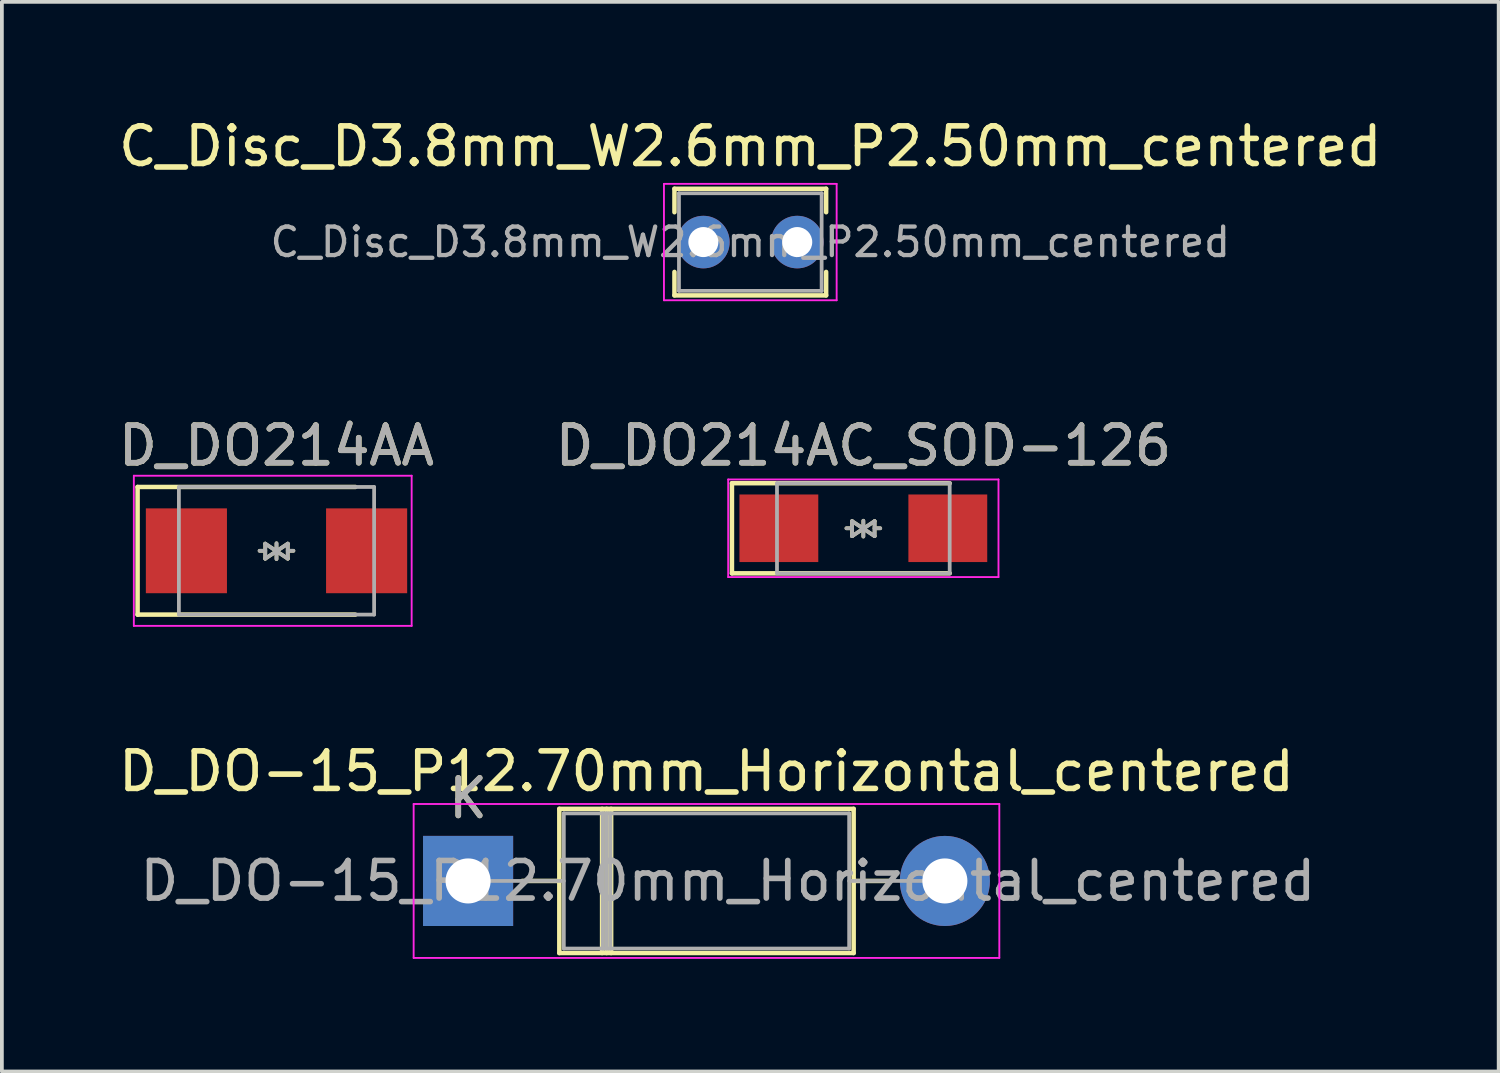
<source format=kicad_pcb>
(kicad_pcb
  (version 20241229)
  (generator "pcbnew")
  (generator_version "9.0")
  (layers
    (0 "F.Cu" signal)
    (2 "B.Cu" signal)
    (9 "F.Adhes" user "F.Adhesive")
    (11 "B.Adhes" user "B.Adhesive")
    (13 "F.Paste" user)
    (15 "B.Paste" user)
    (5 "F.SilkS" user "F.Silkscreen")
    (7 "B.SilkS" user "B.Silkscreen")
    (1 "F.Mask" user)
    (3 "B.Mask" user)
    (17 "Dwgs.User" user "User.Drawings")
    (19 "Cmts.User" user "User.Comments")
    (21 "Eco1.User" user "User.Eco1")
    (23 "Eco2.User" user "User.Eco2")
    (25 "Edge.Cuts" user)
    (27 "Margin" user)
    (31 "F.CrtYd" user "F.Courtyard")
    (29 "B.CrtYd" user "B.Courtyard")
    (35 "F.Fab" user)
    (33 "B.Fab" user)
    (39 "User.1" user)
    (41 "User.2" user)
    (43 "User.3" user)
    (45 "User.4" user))
  (footprint "D_DO214AA"
    (layer "F.Cu")
    (at 4.315 11.621)
    (property "Reference" "D_DO214AA" (at 0 -2.8 0) (layer "F.SilkS") (effects (font (size 1 1) (thickness 0.15))))
    (attr smd)
    (fp_line (start -3.7 -1.7) (end -3.7 1.7) (stroke (width 0.12) (type solid)) (layer "F.SilkS"))
    (fp_line (start -3.7 -1.7) (end 2.1 -1.7) (stroke (width 0.12) (type solid)) (layer "F.SilkS"))
    (fp_line (start -3.7 1.7) (end 2.1 1.7) (stroke (width 0.12) (type solid)) (layer "F.SilkS"))
    (fp_line (start -0.3 -0.19) (end 0 0.01) (stroke (width 0.1) (type solid)) (layer "F.SilkS"))
    (fp_line (start -0.3 0) (end -0.45 0) (stroke (width 0.1) (type solid)) (layer "F.SilkS"))
    (fp_line (start -0.3 0.21) (end -0.3 -0.19) (stroke (width 0.1) (type solid)) (layer "F.SilkS"))
    (fp_line (start 0 0.01) (end -0.3 0.21) (stroke (width 0.1) (type solid)) (layer "F.SilkS"))
    (fp_line (start 0 0.01) (end 0.3 0.21) (stroke (width 0.1) (type solid)) (layer "F.SilkS"))
    (fp_line (start 0 0.22) (end 0 -0.2) (stroke (width 0.1) (type solid)) (layer "F.SilkS"))
    (fp_line (start 0.3 -0.19) (end 0 0.01) (stroke (width 0.1) (type solid)) (layer "F.SilkS"))
    (fp_line (start 0.3 0) (end 0.45 0) (stroke (width 0.1) (type solid)) (layer "F.SilkS"))
    (fp_line (start 0.3 0.21) (end 0.3 -0.19) (stroke (width 0.1) (type solid)) (layer "F.SilkS"))
    (fp_line (start -3.8 -2) (end -3.8 2) (stroke (width 0.05) (type solid)) (layer "F.CrtYd"))
    (fp_line (start -3.8 -2) (end 3.6 -2) (stroke (width 0.05) (type solid)) (layer "F.CrtYd"))
    (fp_line (start 3.6 -2) (end 3.6 2) (stroke (width 0.05) (type solid)) (layer "F.CrtYd"))
    (fp_line (start 3.6 2) (end -3.8 2) (stroke (width 0.05) (type solid)) (layer "F.CrtYd"))
    (fp_line (start -2.6 -1.7) (end -2.6 1.7) (stroke (width 0.1) (type solid)) (layer "F.Fab"))
    (fp_line (start -2.6 1.7) (end 2.6 1.7) (stroke (width 0.1) (type solid)) (layer "F.Fab"))
    (fp_line (start -0.3 -0.19) (end 0 0.01) (stroke (width 0.1) (type solid)) (layer "F.Fab"))
    (fp_line (start -0.3 0) (end -0.45 0) (stroke (width 0.1) (type solid)) (layer "F.Fab"))
    (fp_line (start -0.3 0.21) (end -0.3 -0.19) (stroke (width 0.1) (type solid)) (layer "F.Fab"))
    (fp_line (start 0 0.01) (end -0.3 0.21) (stroke (width 0.1) (type solid)) (layer "F.Fab"))
    (fp_line (start 0 0.01) (end 0.3 0.21) (stroke (width 0.1) (type solid)) (layer "F.Fab"))
    (fp_line (start 0 0.22) (end 0 -0.2) (stroke (width 0.1) (type solid)) (layer "F.Fab"))
    (fp_line (start 0.3 -0.19) (end 0 0.01) (stroke (width 0.1) (type solid)) (layer "F.Fab"))
    (fp_line (start 0.3 0) (end 0.45 0) (stroke (width 0.1) (type solid)) (layer "F.Fab"))
    (fp_line (start 0.3 0.21) (end 0.3 -0.19) (stroke (width 0.1) (type solid)) (layer "F.Fab"))
    (fp_line (start 2.6 -1.7) (end -2.6 -1.7) (stroke (width 0.1) (type solid)) (layer "F.Fab"))
    (fp_line (start 2.6 1.7) (end 2.6 -1.7) (stroke (width 0.1) (type solid)) (layer "F.Fab"))
    (fp_text user "${REFERENCE}" (at 0 -2.8 0) (layer "F.Fab") (effects (font (size 1 1) (thickness 0.15))))
    (pad "1" smd rect (at -2.4 0) (size 2.16 2.26) (layers "F.Cu" "F.Mask" "F.Paste"))
    (pad "2" smd rect (at 2.4 0) (size 2.16 2.26) (layers "F.Cu" "F.Mask" "F.Paste")))
  (footprint "D_DO-15_P12.70mm_Horizontal_centered"
    (layer "F.Cu")
    (at 15.768 20.415)
    (property "Reference" "D_DO-15_P12.70mm_Horizontal_centered" (at 0 -2.92 0) (layer "F.SilkS") (effects (font (size 1 1) (thickness 0.15))))
    (attr through_hole)
    (fp_line (start -4.91 0) (end -3.92 0) (stroke (width 0.12) (type solid)) (layer "F.SilkS"))
    (fp_line (start -3.92 -1.92) (end -3.92 1.92) (stroke (width 0.12) (type solid)) (layer "F.SilkS"))
    (fp_line (start -3.92 1.92) (end 3.92 1.92) (stroke (width 0.12) (type solid)) (layer "F.SilkS"))
    (fp_line (start -2.78 -1.92) (end -2.78 1.92) (stroke (width 0.12) (type solid)) (layer "F.SilkS"))
    (fp_line (start -2.66 -1.92) (end -2.66 1.92) (stroke (width 0.12) (type solid)) (layer "F.SilkS"))
    (fp_line (start -2.54 -1.92) (end -2.54 1.92) (stroke (width 0.12) (type solid)) (layer "F.SilkS"))
    (fp_line (start 3.92 -1.92) (end -3.92 -1.92) (stroke (width 0.12) (type solid)) (layer "F.SilkS"))
    (fp_line (start 3.92 1.92) (end 3.92 -1.92) (stroke (width 0.12) (type solid)) (layer "F.SilkS"))
    (fp_line (start 4.91 0) (end 3.92 0) (stroke (width 0.12) (type solid)) (layer "F.SilkS"))
    (fp_line (start -7.8 -2.05) (end -7.8 2.05) (stroke (width 0.05) (type solid)) (layer "F.CrtYd"))
    (fp_line (start -7.8 2.05) (end 7.8 2.05) (stroke (width 0.05) (type solid)) (layer "F.CrtYd"))
    (fp_line (start 7.8 -2.05) (end -7.8 -2.05) (stroke (width 0.05) (type solid)) (layer "F.CrtYd"))
    (fp_line (start 7.8 2.05) (end 7.8 -2.05) (stroke (width 0.05) (type solid)) (layer "F.CrtYd"))
    (fp_line (start -6.35 0) (end -3.8 0) (stroke (width 0.1) (type solid)) (layer "F.Fab"))
    (fp_line (start -3.8 -1.8) (end -3.8 1.8) (stroke (width 0.1) (type solid)) (layer "F.Fab"))
    (fp_line (start -3.8 1.8) (end 3.8 1.8) (stroke (width 0.1) (type solid)) (layer "F.Fab"))
    (fp_line (start -2.76 -1.8) (end -2.76 1.8) (stroke (width 0.1) (type solid)) (layer "F.Fab"))
    (fp_line (start -2.66 -1.8) (end -2.66 1.8) (stroke (width 0.1) (type solid)) (layer "F.Fab"))
    (fp_line (start -2.56 -1.8) (end -2.56 1.8) (stroke (width 0.1) (type solid)) (layer "F.Fab"))
    (fp_line (start 3.8 -1.8) (end -3.8 -1.8) (stroke (width 0.1) (type solid)) (layer "F.Fab"))
    (fp_line (start 3.8 1.8) (end 3.8 -1.8) (stroke (width 0.1) (type solid)) (layer "F.Fab"))
    (fp_line (start 6.35 0) (end 3.8 0) (stroke (width 0.1) (type solid)) (layer "F.Fab"))
    (fp_text user "K" (at -6.35 -2.2 0) (layer "F.SilkS") (effects (font (size 1 1) (thickness 0.15))))
    (fp_text user "K" (at -6.35 -2.2 0) (layer "F.Fab") (effects (font (size 1 1) (thickness 0.15))))
    (fp_text user "${REFERENCE}" (at 0.57 0 0) (layer "F.Fab") (effects (font (size 1 1) (thickness 0.15))))
    (pad "1" thru_hole rect (at -6.35 0) (size 2.4 2.4) (drill 1.2) (layers "*.Cu" "*.Mask"))
    (pad "2" thru_hole oval (at 6.35 0) (size 2.4 2.4) (drill 1.2) (layers "*.Cu" "*.Mask")))
  (footprint "C_Disc_D3.8mm_W2.6mm_P2.50mm_centered"
    (layer "F.Cu")
    (at 16.935 3.398)
    (property "Reference" "C_Disc_D3.8mm_W2.6mm_P2.50mm_centered" (at 0 -2.55 0) (layer "F.SilkS") (effects (font (size 1 1) (thickness 0.15))))
    (attr through_hole)
    (fp_line (start -2.02 -1.42) (end -2.02 -0.795) (stroke (width 0.12) (type solid)) (layer "F.SilkS"))
    (fp_line (start -2.02 -1.42) (end 2.02 -1.42) (stroke (width 0.12) (type solid)) (layer "F.SilkS"))
    (fp_line (start -2.02 0.795) (end -2.02 1.42) (stroke (width 0.12) (type solid)) (layer "F.SilkS"))
    (fp_line (start -2.02 1.42) (end 2.02 1.42) (stroke (width 0.12) (type solid)) (layer "F.SilkS"))
    (fp_line (start 2.02 -1.42) (end 2.02 -0.795) (stroke (width 0.12) (type solid)) (layer "F.SilkS"))
    (fp_line (start 2.02 0.795) (end 2.02 1.42) (stroke (width 0.12) (type solid)) (layer "F.SilkS"))
    (fp_line (start -2.3 -1.55) (end -2.3 1.55) (stroke (width 0.05) (type solid)) (layer "F.CrtYd"))
    (fp_line (start -2.3 1.55) (end 2.3 1.55) (stroke (width 0.05) (type solid)) (layer "F.CrtYd"))
    (fp_line (start 2.3 -1.55) (end -2.3 -1.55) (stroke (width 0.05) (type solid)) (layer "F.CrtYd"))
    (fp_line (start 2.3 1.55) (end 2.3 -1.55) (stroke (width 0.05) (type solid)) (layer "F.CrtYd"))
    (fp_line (start -1.9 -1.3) (end -1.9 1.3) (stroke (width 0.1) (type solid)) (layer "F.Fab"))
    (fp_line (start -1.9 1.3) (end 1.9 1.3) (stroke (width 0.1) (type solid)) (layer "F.Fab"))
    (fp_line (start 1.9 -1.3) (end -1.9 -1.3) (stroke (width 0.1) (type solid)) (layer "F.Fab"))
    (fp_line (start 1.9 1.3) (end 1.9 -1.3) (stroke (width 0.1) (type solid)) (layer "F.Fab"))
    (fp_text user "${REFERENCE}" (at 0 0 0) (layer "F.Fab") (effects (font (size 0.76 0.76) (thickness 0.114))))
    (pad "1" thru_hole circle (at -1.25 0) (size 1.4 1.4) (drill 0.8) (layers "*.Cu" "*.Mask"))
    (pad "2" thru_hole circle (at 1.25 0) (size 1.4 1.4) (drill 0.8) (layers "*.Cu" "*.Mask")))
  (footprint "D_DO214AC_SOD-126"
    (layer "F.Cu")
    (at 19.946 11.021)
    (property "Reference" "D_DO214AC_SOD-126" (at 0 -2.2 0) (layer "F.SilkS") (effects (font (size 1 1) (thickness 0.15))))
    (attr smd)
    (fp_line (start -3.5 -1.2) (end -3.5 1.2) (stroke (width 0.12) (type solid)) (layer "F.SilkS"))
    (fp_line (start -3.5 -1.2) (end 2.3 -1.2) (stroke (width 0.12) (type solid)) (layer "F.SilkS"))
    (fp_line (start -3.5 1.2) (end 2.3 1.2) (stroke (width 0.12) (type solid)) (layer "F.SilkS"))
    (fp_line (start -0.3 -0.19) (end 0 0.01) (stroke (width 0.1) (type solid)) (layer "F.SilkS"))
    (fp_line (start -0.3 0) (end -0.45 0) (stroke (width 0.1) (type solid)) (layer "F.SilkS"))
    (fp_line (start -0.3 0.21) (end -0.3 -0.19) (stroke (width 0.1) (type solid)) (layer "F.SilkS"))
    (fp_line (start 0 0.01) (end -0.3 0.21) (stroke (width 0.1) (type solid)) (layer "F.SilkS"))
    (fp_line (start 0 0.01) (end 0.3 0.21) (stroke (width 0.1) (type solid)) (layer "F.SilkS"))
    (fp_line (start 0 0.22) (end 0 -0.2) (stroke (width 0.1) (type solid)) (layer "F.SilkS"))
    (fp_line (start 0.3 -0.19) (end 0 0.01) (stroke (width 0.1) (type solid)) (layer "F.SilkS"))
    (fp_line (start 0.3 0) (end 0.45 0) (stroke (width 0.1) (type solid)) (layer "F.SilkS"))
    (fp_line (start 0.3 0.21) (end 0.3 -0.19) (stroke (width 0.1) (type solid)) (layer "F.SilkS"))
    (fp_line (start -3.6 -1.3) (end -3.6 1.3) (stroke (width 0.05) (type solid)) (layer "F.CrtYd"))
    (fp_line (start -3.6 -1.3) (end 3.6 -1.3) (stroke (width 0.05) (type solid)) (layer "F.CrtYd"))
    (fp_line (start 3.6 -1.3) (end 3.6 1.3) (stroke (width 0.05) (type solid)) (layer "F.CrtYd"))
    (fp_line (start 3.6 1.3) (end -3.6 1.3) (stroke (width 0.05) (type solid)) (layer "F.CrtYd"))
    (fp_line (start -2.3 -1.2) (end -2.3 1.2) (stroke (width 0.1) (type solid)) (layer "F.Fab"))
    (fp_line (start -2.3 1.2) (end 2.3 1.2) (stroke (width 0.1) (type solid)) (layer "F.Fab"))
    (fp_line (start -0.3 -0.19) (end 0 0.01) (stroke (width 0.1) (type solid)) (layer "F.Fab"))
    (fp_line (start -0.3 0) (end -0.45 0) (stroke (width 0.1) (type solid)) (layer "F.Fab"))
    (fp_line (start -0.3 0.21) (end -0.3 -0.19) (stroke (width 0.1) (type solid)) (layer "F.Fab"))
    (fp_line (start 0 0.01) (end -0.3 0.21) (stroke (width 0.1) (type solid)) (layer "F.Fab"))
    (fp_line (start 0 0.01) (end 0.3 0.21) (stroke (width 0.1) (type solid)) (layer "F.Fab"))
    (fp_line (start 0 0.22) (end 0 -0.2) (stroke (width 0.1) (type solid)) (layer "F.Fab"))
    (fp_line (start 0.3 -0.19) (end 0 0.01) (stroke (width 0.1) (type solid)) (layer "F.Fab"))
    (fp_line (start 0.3 0) (end 0.45 0) (stroke (width 0.1) (type solid)) (layer "F.Fab"))
    (fp_line (start 0.3 0.21) (end 0.3 -0.19) (stroke (width 0.1) (type solid)) (layer "F.Fab"))
    (fp_line (start 2.3 -1.2) (end -2.3 -1.2) (stroke (width 0.1) (type solid)) (layer "F.Fab"))
    (fp_line (start 2.3 1.2) (end 2.3 -1.2) (stroke (width 0.1) (type solid)) (layer "F.Fab"))
    (fp_text user "${REFERENCE}" (at 0 -2.2 0) (layer "F.Fab") (effects (font (size 1 1) (thickness 0.15))))
    (pad "1" smd rect (at -2.25 0) (size 2.1 1.8) (layers "F.Cu" "F.Mask" "F.Paste"))
    (pad "2" smd rect (at 2.25 0) (size 2.1 1.8) (layers "F.Cu" "F.Mask" "F.Paste")))
  (gr_rect
    (start -3 -3)
    (end 36.869 25.49)
    (stroke (width 0.1) (type default))
    (fill no)
    (layer "Edge.Cuts")))
</source>
